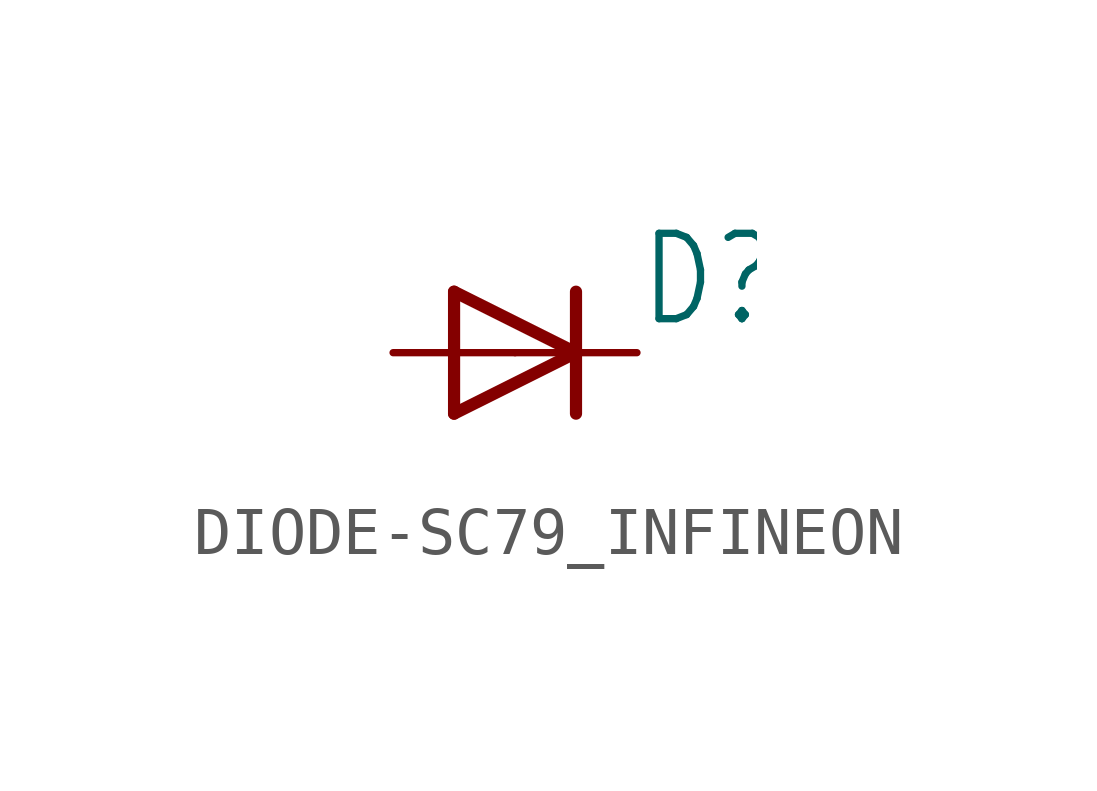
<source format=kicad_sym>
(kicad_symbol_lib
  (version 20241209)
  (generator "kicad_symbol_editor")
  (generator_version "9.0")
  (symbol "DIODE-SC79_INFINEON"
    (property "Reference" "D"
      (at 2.54 0.483 0)
      (effects (font (size 1.778 1.511)) (justify left bottom)))
    (property "Value" ""
      (at 2.54 -2.311 0)
      (effects (font (size 1.778 1.511)) (justify left bottom)))
    (property "ki_locked" ""
      (at 0 0 0)
      (effects (font (size 1.27 1.27))))
    (symbol "DIODE-SC79_INFINEON_1_0"
      (polyline (pts (xy -1.27 1.27) (xy -1.27 -1.27)) (stroke (width 0.254) (type solid)) (fill (type none)))
      (polyline (pts (xy -1.27 -1.27) (xy 1.27 0)) (stroke (width 0.254) (type solid)) (fill (type none)))
      (polyline (pts (xy 1.27 1.27) (xy 1.27 0)) (stroke (width 0.254) (type solid)) (fill (type none)))
      (polyline (pts (xy 1.27 0) (xy -1.27 1.27)) (stroke (width 0.254) (type solid)) (fill (type none)))
      (polyline (pts (xy 1.27 0) (xy 1.27 -1.27)) (stroke (width 0.254) (type solid)) (fill (type none)))
      (pin passive line (at -2.54 0 0) (length 2.54) (name "A" (effects (font (size 0 0)))) (number "A" (effects (font (size 0 0)))))
      (pin passive line (at 2.54 0 180) (length 2.54) (name "C" (effects (font (size 0 0)))) (number "C" (effects (font (size 0 0))))))))
</source>
